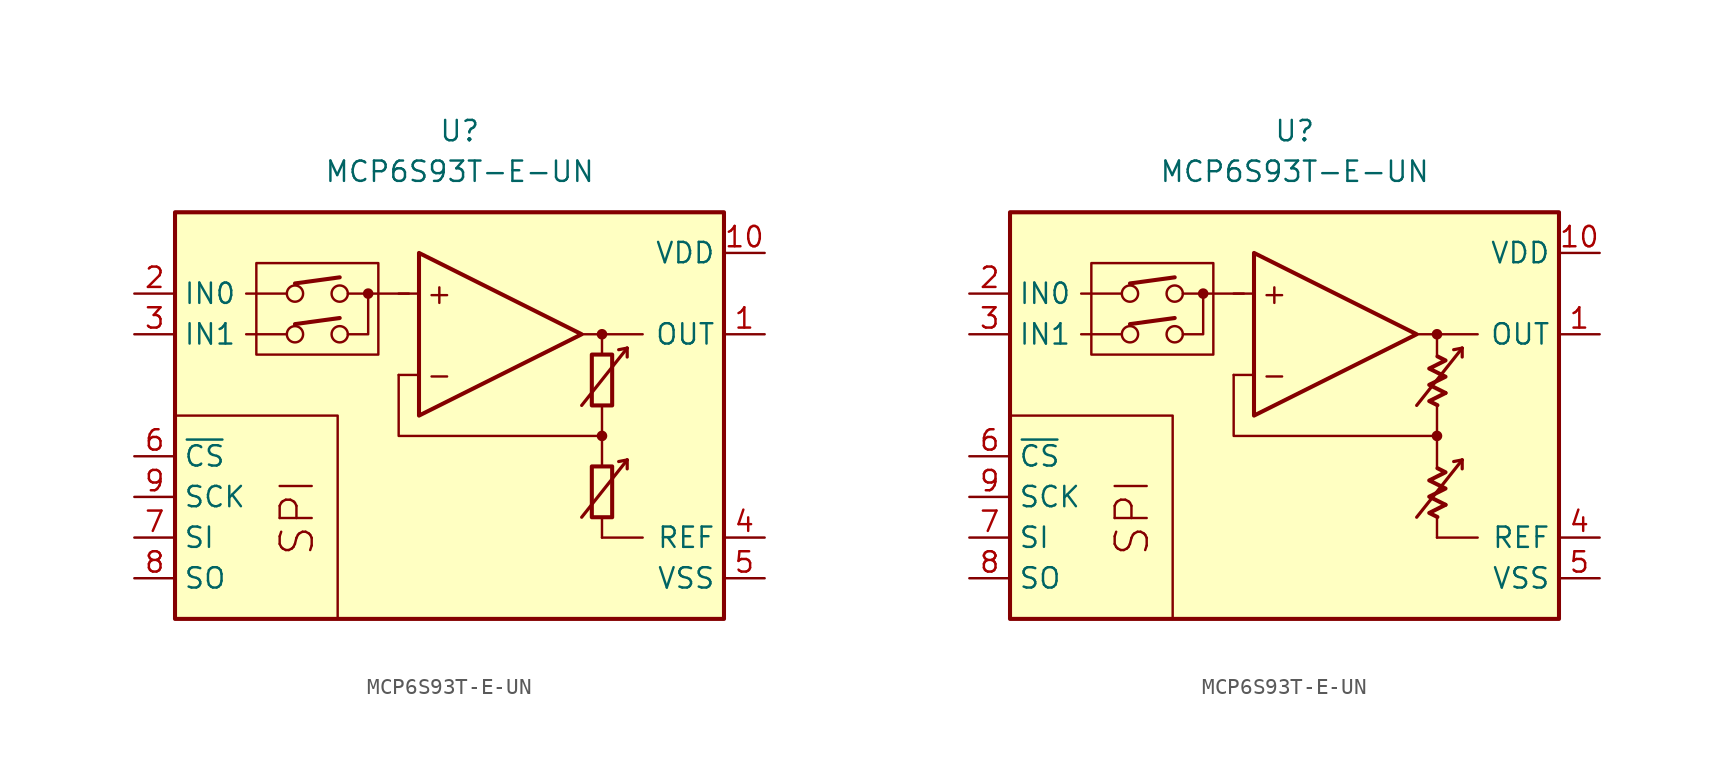
<source format=kicad_sym>
(kicad_symbol_lib
  (version 20231120)
  (generator "kicad_symbol_editor")
  (generator_version "8.0")
  (symbol "MCP6S93T-E-UN"
    (property "Reference" "U"
      (at 0 17.78 0)
      (effects (font (size 1.27 1.27))))
    (property "Value" "MCP6S93T-E-UN"
      (at 0 15.24 0)
      (effects (font (size 1.27 1.27))))
    (symbol "MCP6S93T-E-UN_0_0"
      (rectangle (start -12.7 9.525) (end -5.08 3.81) (stroke (width 0.152) (type default)) (fill (type none)))
      (circle (center -10.287 5.08) (radius 0.508) (stroke (width 0) (type default)) (fill (type none)))
      (circle (center -10.287 7.62) (radius 0.508) (stroke (width 0) (type default)) (fill (type none)))
      (circle (center -7.493 5.08) (radius 0.508) (stroke (width 0) (type default)) (fill (type none)))
      (circle (center -7.493 7.62) (radius 0.508) (stroke (width 0) (type default)) (fill (type none)))
      (circle (center -5.715 7.62) (radius 0.254) (stroke (width 0.152) (type default)) (fill (type outline)))
      (polyline (pts (xy 8.89 -3.81)) (stroke (width 0.152) (type default)) (fill (type none)))
      (polyline (pts (xy 8.89 -3.81)) (stroke (width 0.152) (type default)) (fill (type none)))
      (polyline (pts (xy 8.89 -3.175)) (stroke (width 0.152) (type default)) (fill (type none)))
      (polyline (pts (xy 8.89 3.175)) (stroke (width 0.152) (type default)) (fill (type none)))
      (polyline (pts (xy 8.89 3.81)) (stroke (width 0.152) (type default)) (fill (type none)))
      (polyline (pts (xy 8.89 3.81)) (stroke (width 0.152) (type default)) (fill (type none)))
      (polyline (pts (xy -10.795 5.08) (xy -13.335 5.08)) (stroke (width 0.152) (type default)) (fill (type none)))
      (polyline (pts (xy -10.795 7.62) (xy -13.335 7.62)) (stroke (width 0.152) (type default)) (fill (type none)))
      (polyline (pts (xy -10.287 5.715) (xy -7.493 6.096)) (stroke (width 0.254) (type default)) (fill (type none)))
      (polyline (pts (xy -10.287 8.255) (xy -7.493 8.636)) (stroke (width 0.254) (type default)) (fill (type none)))
      (polyline (pts (xy -3.175 7.62) (xy -6.985 7.62)) (stroke (width 0.152) (type default)) (fill (type none)))
      (polyline (pts (xy -2.54 2.54) (xy -3.81 2.54)) (stroke (width 0.152) (type default)) (fill (type none)))
      (polyline (pts (xy -2.54 7.62) (xy -3.81 7.62)) (stroke (width 0.152) (type default)) (fill (type none)))
      (polyline (pts (xy 7.62 5.08) (xy 11.43 5.08)) (stroke (width 0.152) (type default)) (fill (type none)))
      (polyline (pts (xy 8.89 -6.35) (xy 8.89 -7.62)) (stroke (width 0.152) (type default)) (fill (type none)))
      (polyline (pts (xy 8.89 -1.27) (xy 8.89 -3.175)) (stroke (width 0.152) (type default)) (fill (type none)))
      (polyline (pts (xy 8.89 0.635) (xy 8.89 -1.27)) (stroke (width 0.152) (type default)) (fill (type none)))
      (polyline (pts (xy 8.89 5.08) (xy 8.89 3.81)) (stroke (width 0.152) (type default)) (fill (type none)))
      (polyline (pts (xy -7.62 -12.7) (xy -7.62 0) (xy -17.78 0)) (stroke (width 0.152) (type default)) (fill (type none)))
      (polyline (pts (xy -6.985 5.08) (xy -5.715 5.08) (xy -5.715 7.62)) (stroke (width 0.152) (type default)) (fill (type none)))
      (polyline (pts (xy 8.89 -1.27) (xy -3.81 -1.27) (xy -3.81 2.54)) (stroke (width 0.152) (type default)) (fill (type none)))
      (circle (center 8.89 -1.27) (radius 0.254) (stroke (width 0.152) (type default)) (fill (type outline)))
      (circle (center 8.89 5.08) (radius 0.254) (stroke (width 0.152) (type default)) (fill (type outline)))
      (text "+" (at -1.27 7.62 0) (effects (font (size 1.27 1.27))))
      (text "-" (at -1.27 2.54 0) (effects (font (size 1.27 1.27))))
      (text "SPI" (at -10.16 -6.35 900) (effects (font (size 2 2)))))
    (symbol "MCP6S93T-E-UN_0_1"
      (rectangle (start 8.255 -3.175) (end 9.525 -6.35) (stroke (width 0.254) (type default)) (fill (type none)))
      (rectangle (start 8.255 3.81) (end 9.525 0.635) (stroke (width 0.254) (type default)) (fill (type none))))
    (symbol "MCP6S93T-E-UN_0_2"
      (polyline (pts (xy 9.422 -5.572) (xy 8.406 -6.08) (xy 8.915 -6.333)) (stroke (width 0.254) (type default)) (fill (type none)))
      (polyline (pts (xy 9.422 1.413) (xy 8.406 0.905) (xy 8.915 0.651)) (stroke (width 0.254) (type default)) (fill (type none)))
      (polyline (pts (xy 8.915 -3.285) (xy 9.422 -3.539) (xy 8.406 -4.048) (xy 9.422 -4.556) (xy 8.406 -5.064) (xy 9.422 -5.572)) (stroke (width 0.254) (type default)) (fill (type none)))
      (polyline (pts (xy 8.915 3.7) (xy 9.422 3.446) (xy 8.406 2.938) (xy 9.422 2.429) (xy 8.406 1.921) (xy 9.422 1.413)) (stroke (width 0.254) (type default)) (fill (type none))))
    (symbol "MCP6S93T-E-UN_1_0"
      (rectangle (start -17.78 12.7) (end 16.51 -12.7) (stroke (width 0.254) (type default)) (fill (type background)))
      (polyline (pts (xy 8.89 -7.62) (xy 11.43 -7.62)) (stroke (width 0.152) (type default)) (fill (type none)))
      (polyline (pts (xy 10.465 -2.769) (xy 9.931 -2.87)) (stroke (width 0.2) (type default)) (fill (type none)))
      (polyline (pts (xy 10.465 -2.769) (xy 10.465 -3.327)) (stroke (width 0.2) (type default)) (fill (type none)))
      (polyline (pts (xy 10.465 4.216) (xy 9.931 4.115)) (stroke (width 0.2) (type default)) (fill (type none)))
      (polyline (pts (xy 10.465 4.216) (xy 10.465 3.658)) (stroke (width 0.2) (type default)) (fill (type none)))
      (polyline (pts (xy -2.54 10.16) (xy -2.54 0) (xy 7.62 5.08) (xy -2.54 10.16)) (stroke (width 0.254) (type default)) (fill (type background)))
      (polyline (pts (xy 7.62 -6.35) (xy 10.465 -2.769) (xy 10.465 -2.769) (xy 10.465 -2.769)) (stroke (width 0.2) (type default)) (fill (type none)))
      (polyline (pts (xy 7.62 0.635) (xy 10.465 4.216) (xy 10.465 4.216) (xy 10.465 4.216)) (stroke (width 0.2) (type default)) (fill (type none))))
    (symbol "MCP6S93T-E-UN_1_1"
      (pin output line (at 19.05 5.08 180) (length 2.54) (name "OUT" (effects (font (size 1.27 1.27)))) (number "1" (effects (font (size 1.27 1.27)))))
      (pin power_in line (at 19.05 10.16 180) (length 2.54) (name "VDD" (effects (font (size 1.27 1.27)))) (number "10" (effects (font (size 1.27 1.27)))))
      (pin input line (at -20.32 7.62 0) (length 2.54) (name "IN0" (effects (font (size 1.27 1.27)))) (number "2" (effects (font (size 1.27 1.27)))))
      (pin input line (at -20.32 5.08 0) (length 2.54) (name "IN1" (effects (font (size 1.27 1.27)))) (number "3" (effects (font (size 1.27 1.27)))))
      (pin passive line (at 19.05 -7.62 180) (length 2.54) (name "REF" (effects (font (size 1.27 1.27)))) (number "4" (effects (font (size 1.27 1.27)))))
      (pin power_in line (at 19.05 -10.16 180) (length 2.54) (name "VSS" (effects (font (size 1.27 1.27)))) (number "5" (effects (font (size 1.27 1.27)))))
      (pin input line (at -20.32 -2.54 0) (length 2.54) (name "~{CS}" (effects (font (size 1.27 1.27)))) (number "6" (effects (font (size 1.27 1.27)))))
      (pin input line (at -20.32 -7.62 0) (length 2.54) (name "SI" (effects (font (size 1.27 1.27)))) (number "7" (effects (font (size 1.27 1.27)))))
      (pin input line (at -20.32 -10.16 0) (length 2.54) (name "SO" (effects (font (size 1.27 1.27)))) (number "8" (effects (font (size 1.27 1.27)))))
      (pin input line (at -20.32 -5.08 0) (length 2.54) (name "SCK" (effects (font (size 1.27 1.27)))) (number "9" (effects (font (size 1.27 1.27))))))
    (symbol "MCP6S93T-E-UN_1_2"
      (pin output line (at 19.05 5.08 180) (length 2.54) (name "OUT" (effects (font (size 1.27 1.27)))) (number "1" (effects (font (size 1.27 1.27)))))
      (pin power_in line (at 19.05 10.16 180) (length 2.54) (name "VDD" (effects (font (size 1.27 1.27)))) (number "10" (effects (font (size 1.27 1.27)))))
      (pin input line (at -20.32 7.62 0) (length 2.54) (name "IN0" (effects (font (size 1.27 1.27)))) (number "2" (effects (font (size 1.27 1.27)))))
      (pin input line (at -20.32 5.08 0) (length 2.54) (name "IN1" (effects (font (size 1.27 1.27)))) (number "3" (effects (font (size 1.27 1.27)))))
      (pin passive line (at 19.05 -7.62 180) (length 2.54) (name "REF" (effects (font (size 1.27 1.27)))) (number "4" (effects (font (size 1.27 1.27)))))
      (pin power_in line (at 19.05 -10.16 180) (length 2.54) (name "VSS" (effects (font (size 1.27 1.27)))) (number "5" (effects (font (size 1.27 1.27)))))
      (pin input line (at -20.32 -2.54 0) (length 2.54) (name "~{CS}" (effects (font (size 1.27 1.27)))) (number "6" (effects (font (size 1.27 1.27)))))
      (pin input line (at -20.32 -7.62 0) (length 2.54) (name "SI" (effects (font (size 1.27 1.27)))) (number "7" (effects (font (size 1.27 1.27)))))
      (pin input line (at -20.32 -10.16 0) (length 2.54) (name "SO" (effects (font (size 1.27 1.27)))) (number "8" (effects (font (size 1.27 1.27)))))
      (pin input line (at -20.32 -5.08 0) (length 2.54) (name "SCK" (effects (font (size 1.27 1.27)))) (number "9" (effects (font (size 1.27 1.27))))))))
</source>
